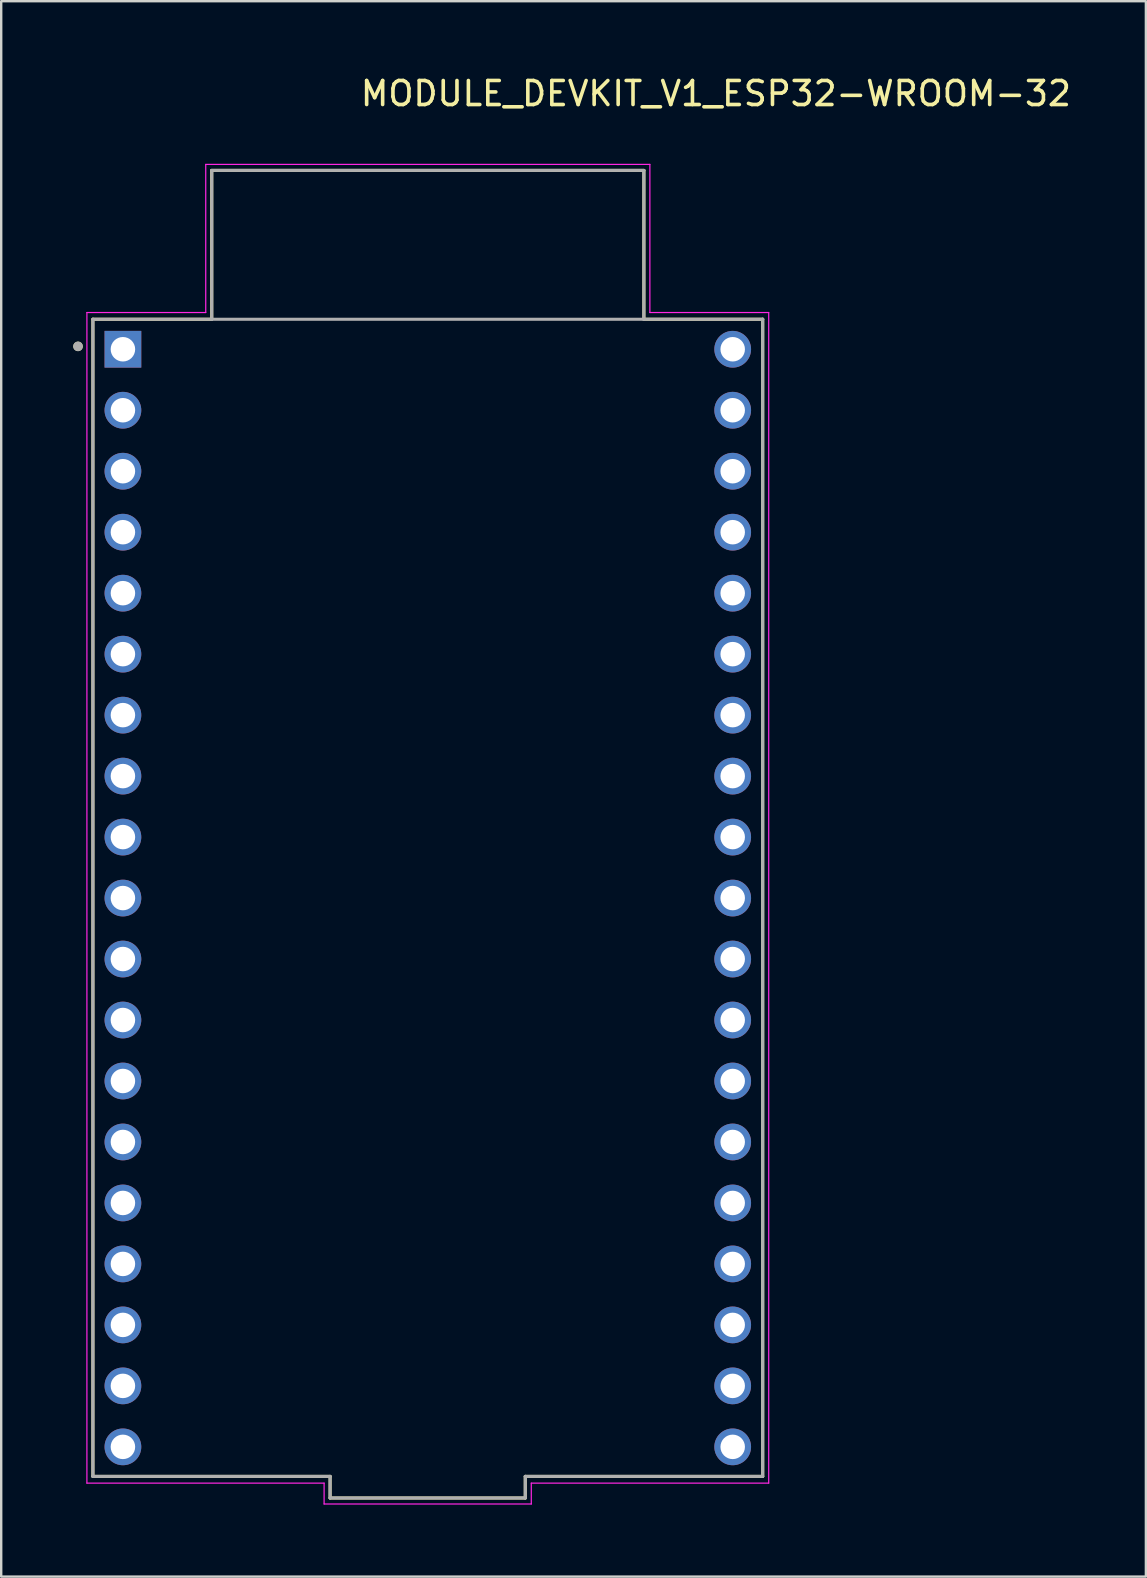
<source format=kicad_pcb>
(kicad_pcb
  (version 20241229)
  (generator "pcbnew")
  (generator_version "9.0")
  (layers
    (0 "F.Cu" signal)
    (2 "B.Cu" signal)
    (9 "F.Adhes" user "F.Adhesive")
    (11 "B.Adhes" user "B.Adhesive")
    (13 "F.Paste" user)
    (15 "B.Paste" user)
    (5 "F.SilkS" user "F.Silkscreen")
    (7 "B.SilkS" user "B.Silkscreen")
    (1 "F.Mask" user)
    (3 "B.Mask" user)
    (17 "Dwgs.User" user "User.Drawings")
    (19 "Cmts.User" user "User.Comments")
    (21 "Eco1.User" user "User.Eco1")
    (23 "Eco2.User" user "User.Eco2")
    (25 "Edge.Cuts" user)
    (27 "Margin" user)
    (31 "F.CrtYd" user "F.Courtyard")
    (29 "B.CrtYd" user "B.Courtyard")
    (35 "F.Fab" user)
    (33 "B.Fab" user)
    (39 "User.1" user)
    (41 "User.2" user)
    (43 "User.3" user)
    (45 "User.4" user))
  (footprint "MODULE_DEVKIT_V1_ESP32-WROOM-32"
    (layer "F.Cu")
    (at 14.77 34.348)
    (property "Reference" "MODULE_DEVKIT_V1_ESP32-WROOM-32" (at 12 -33.5 0) (layer "F.SilkS") (effects (font (size 1 1) (thickness 0.15))))
    (attr through_hole)
    (fp_line (start -13.95 -24.1) (end -13.95 24.1) (stroke (width 0.127) (type solid)) (layer "F.SilkS"))
    (fp_line (start -13.95 24.1) (end -4.07 24.1) (stroke (width 0.127) (type solid)) (layer "F.SilkS"))
    (fp_line (start -9 -30.3) (end 9 -30.3) (stroke (width 0.127) (type solid)) (layer "F.SilkS"))
    (fp_line (start -9 -24.1) (end -13.95 -24.1) (stroke (width 0.127) (type solid)) (layer "F.SilkS"))
    (fp_line (start -9 -24.1) (end -9 -30.3) (stroke (width 0.127) (type solid)) (layer "F.SilkS"))
    (fp_line (start -4.07 24.1) (end -4.07 25) (stroke (width 0.127) (type solid)) (layer "F.SilkS"))
    (fp_line (start -4.07 25) (end 4.06 25) (stroke (width 0.127) (type solid)) (layer "F.SilkS"))
    (fp_line (start 4.06 24.1) (end 13.95 24.1) (stroke (width 0.127) (type solid)) (layer "F.SilkS"))
    (fp_line (start 4.06 25) (end 4.06 24.1) (stroke (width 0.127) (type solid)) (layer "F.SilkS"))
    (fp_line (start 9 -30.3) (end 9 -24.1) (stroke (width 0.127) (type solid)) (layer "F.SilkS"))
    (fp_line (start 13.95 -24.1) (end 9 -24.1) (stroke (width 0.127) (type solid)) (layer "F.SilkS"))
    (fp_line (start 13.95 24.1) (end 13.95 -24.1) (stroke (width 0.127) (type solid)) (layer "F.SilkS"))
    (fp_circle (center -14.57 -22.97) (end -14.47 -22.97) (stroke (width 0.2) (type solid)) (fill no) (layer "F.SilkS"))
    (fp_line (start -14.2 -24.38) (end -14.2 24.38) (stroke (width 0.05) (type solid)) (layer "F.CrtYd"))
    (fp_line (start -14.2 24.38) (end -4.32 24.38) (stroke (width 0.05) (type solid)) (layer "F.CrtYd"))
    (fp_line (start -9.25 -30.55) (end 9.25 -30.55) (stroke (width 0.05) (type solid)) (layer "F.CrtYd"))
    (fp_line (start -9.25 -24.38) (end -14.2 -24.38) (stroke (width 0.05) (type solid)) (layer "F.CrtYd"))
    (fp_line (start -9.25 -24.38) (end -9.25 -30.55) (stroke (width 0.05) (type solid)) (layer "F.CrtYd"))
    (fp_line (start -4.32 24.38) (end -4.32 25.25) (stroke (width 0.05) (type solid)) (layer "F.CrtYd"))
    (fp_line (start -4.32 25.25) (end 4.31 25.25) (stroke (width 0.05) (type solid)) (layer "F.CrtYd"))
    (fp_line (start 4.31 24.38) (end 14.2 24.38) (stroke (width 0.05) (type solid)) (layer "F.CrtYd"))
    (fp_line (start 4.31 25.25) (end 4.31 24.38) (stroke (width 0.05) (type solid)) (layer "F.CrtYd"))
    (fp_line (start 9.25 -30.55) (end 9.25 -24.38) (stroke (width 0.05) (type solid)) (layer "F.CrtYd"))
    (fp_line (start 14.2 -24.38) (end 9.25 -24.38) (stroke (width 0.05) (type solid)) (layer "F.CrtYd"))
    (fp_line (start 14.2 24.38) (end 14.2 -24.38) (stroke (width 0.05) (type solid)) (layer "F.CrtYd"))
    (fp_line (start -13.95 -24.1) (end -13.95 24.1) (stroke (width 0.127) (type solid)) (layer "F.Fab"))
    (fp_line (start -13.95 24.1) (end -4.07 24.1) (stroke (width 0.127) (type solid)) (layer "F.Fab"))
    (fp_line (start -9 -30.3) (end 9 -30.3) (stroke (width 0.127) (type solid)) (layer "F.Fab"))
    (fp_line (start -9 -24.1) (end -13.95 -24.1) (stroke (width 0.127) (type solid)) (layer "F.Fab"))
    (fp_line (start -9 -24.1) (end -9 -30.3) (stroke (width 0.127) (type solid)) (layer "F.Fab"))
    (fp_line (start -4.07 24.1) (end -4.07 25) (stroke (width 0.127) (type solid)) (layer "F.Fab"))
    (fp_line (start -4.07 25) (end 4.06 25) (stroke (width 0.127) (type solid)) (layer "F.Fab"))
    (fp_line (start 4.06 24.1) (end 13.95 24.1) (stroke (width 0.127) (type solid)) (layer "F.Fab"))
    (fp_line (start 4.06 25) (end 4.06 24.1) (stroke (width 0.127) (type solid)) (layer "F.Fab"))
    (fp_line (start 9 -30.3) (end 9 -24.1) (stroke (width 0.127) (type solid)) (layer "F.Fab"))
    (fp_line (start 9 -24.1) (end -9 -24.1) (stroke (width 0.127) (type solid)) (layer "F.Fab"))
    (fp_line (start 13.95 -24.1) (end 9 -24.1) (stroke (width 0.127) (type solid)) (layer "F.Fab"))
    (fp_line (start 13.95 24.1) (end 13.95 -24.1) (stroke (width 0.127) (type solid)) (layer "F.Fab"))
    (fp_circle (center -14.57 -22.97) (end -14.47 -22.97) (stroke (width 0.2) (type solid)) (fill no) (layer "F.Fab"))
    (pad "1" thru_hole rect (at -12.7 -22.85) (size 1.53 1.53) (drill 1.02) (layers "*.Cu" "*.Mask"))
    (pad "2" thru_hole circle (at -12.7 -20.31) (size 1.53 1.53) (drill 1.02) (layers "*.Cu" "*.Mask"))
    (pad "3" thru_hole circle (at -12.7 -17.77) (size 1.53 1.53) (drill 1.02) (layers "*.Cu" "*.Mask"))
    (pad "4" thru_hole circle (at -12.7 -15.23) (size 1.53 1.53) (drill 1.02) (layers "*.Cu" "*.Mask"))
    (pad "5" thru_hole circle (at -12.7 -12.69) (size 1.53 1.53) (drill 1.02) (layers "*.Cu" "*.Mask"))
    (pad "6" thru_hole circle (at -12.7 -10.15) (size 1.53 1.53) (drill 1.02) (layers "*.Cu" "*.Mask"))
    (pad "7" thru_hole circle (at -12.7 -7.61) (size 1.53 1.53) (drill 1.02) (layers "*.Cu" "*.Mask"))
    (pad "8" thru_hole circle (at -12.7 -5.07) (size 1.53 1.53) (drill 1.02) (layers "*.Cu" "*.Mask"))
    (pad "9" thru_hole circle (at -12.7 -2.53) (size 1.53 1.53) (drill 1.02) (layers "*.Cu" "*.Mask"))
    (pad "10" thru_hole circle (at -12.7 0.01) (size 1.53 1.53) (drill 1.02) (layers "*.Cu" "*.Mask"))
    (pad "11" thru_hole circle (at -12.7 2.55) (size 1.53 1.53) (drill 1.02) (layers "*.Cu" "*.Mask"))
    (pad "12" thru_hole circle (at -12.7 5.09) (size 1.53 1.53) (drill 1.02) (layers "*.Cu" "*.Mask"))
    (pad "13" thru_hole circle (at -12.7 7.63) (size 1.53 1.53) (drill 1.02) (layers "*.Cu" "*.Mask"))
    (pad "14" thru_hole circle (at -12.7 10.17) (size 1.53 1.53) (drill 1.02) (layers "*.Cu" "*.Mask"))
    (pad "15" thru_hole circle (at -12.7 12.71) (size 1.53 1.53) (drill 1.02) (layers "*.Cu" "*.Mask"))
    (pad "16" thru_hole circle (at -12.7 15.25) (size 1.53 1.53) (drill 1.02) (layers "*.Cu" "*.Mask"))
    (pad "17" thru_hole circle (at -12.7 17.79) (size 1.53 1.53) (drill 1.02) (layers "*.Cu" "*.Mask"))
    (pad "18" thru_hole circle (at -12.7 20.33) (size 1.53 1.53) (drill 1.02) (layers "*.Cu" "*.Mask"))
    (pad "19" thru_hole circle (at -12.7 22.87) (size 1.53 1.53) (drill 1.02) (layers "*.Cu" "*.Mask"))
    (pad "20" thru_hole circle (at 12.7 22.87) (size 1.53 1.53) (drill 1.02) (layers "*.Cu" "*.Mask"))
    (pad "21" thru_hole circle (at 12.7 20.33) (size 1.53 1.53) (drill 1.02) (layers "*.Cu" "*.Mask"))
    (pad "22" thru_hole circle (at 12.7 17.79) (size 1.53 1.53) (drill 1.02) (layers "*.Cu" "*.Mask"))
    (pad "23" thru_hole circle (at 12.7 15.25) (size 1.53 1.53) (drill 1.02) (layers "*.Cu" "*.Mask"))
    (pad "24" thru_hole circle (at 12.7 12.71) (size 1.53 1.53) (drill 1.02) (layers "*.Cu" "*.Mask"))
    (pad "25" thru_hole circle (at 12.7 10.17) (size 1.53 1.53) (drill 1.02) (layers "*.Cu" "*.Mask"))
    (pad "26" thru_hole circle (at 12.7 7.63) (size 1.53 1.53) (drill 1.02) (layers "*.Cu" "*.Mask"))
    (pad "27" thru_hole circle (at 12.7 5.09) (size 1.53 1.53) (drill 1.02) (layers "*.Cu" "*.Mask"))
    (pad "28" thru_hole circle (at 12.7 2.55) (size 1.53 1.53) (drill 1.02) (layers "*.Cu" "*.Mask"))
    (pad "29" thru_hole circle (at 12.7 0.01) (size 1.53 1.53) (drill 1.02) (layers "*.Cu" "*.Mask"))
    (pad "30" thru_hole circle (at 12.7 -2.53) (size 1.53 1.53) (drill 1.02) (layers "*.Cu" "*.Mask"))
    (pad "31" thru_hole circle (at 12.7 -5.07) (size 1.53 1.53) (drill 1.02) (layers "*.Cu" "*.Mask"))
    (pad "32" thru_hole circle (at 12.7 -7.61) (size 1.53 1.53) (drill 1.02) (layers "*.Cu" "*.Mask"))
    (pad "33" thru_hole circle (at 12.7 -10.15) (size 1.53 1.53) (drill 1.02) (layers "*.Cu" "*.Mask"))
    (pad "34" thru_hole circle (at 12.7 -12.69) (size 1.53 1.53) (drill 1.02) (layers "*.Cu" "*.Mask"))
    (pad "35" thru_hole circle (at 12.7 -15.23) (size 1.53 1.53) (drill 1.02) (layers "*.Cu" "*.Mask"))
    (pad "36" thru_hole circle (at 12.7 -17.77) (size 1.53 1.53) (drill 1.02) (layers "*.Cu" "*.Mask"))
    (pad "37" thru_hole circle (at 12.7 -20.31) (size 1.53 1.53) (drill 1.02) (layers "*.Cu" "*.Mask"))
    (pad "38" thru_hole circle (at 12.7 -22.85) (size 1.53 1.53) (drill 1.02) (layers "*.Cu" "*.Mask")))
  (gr_rect
    (start -3 -3)
    (end 44.681 62.623)
    (stroke (width 0.1) (type default))
    (fill no)
    (layer "Edge.Cuts")))
</source>
